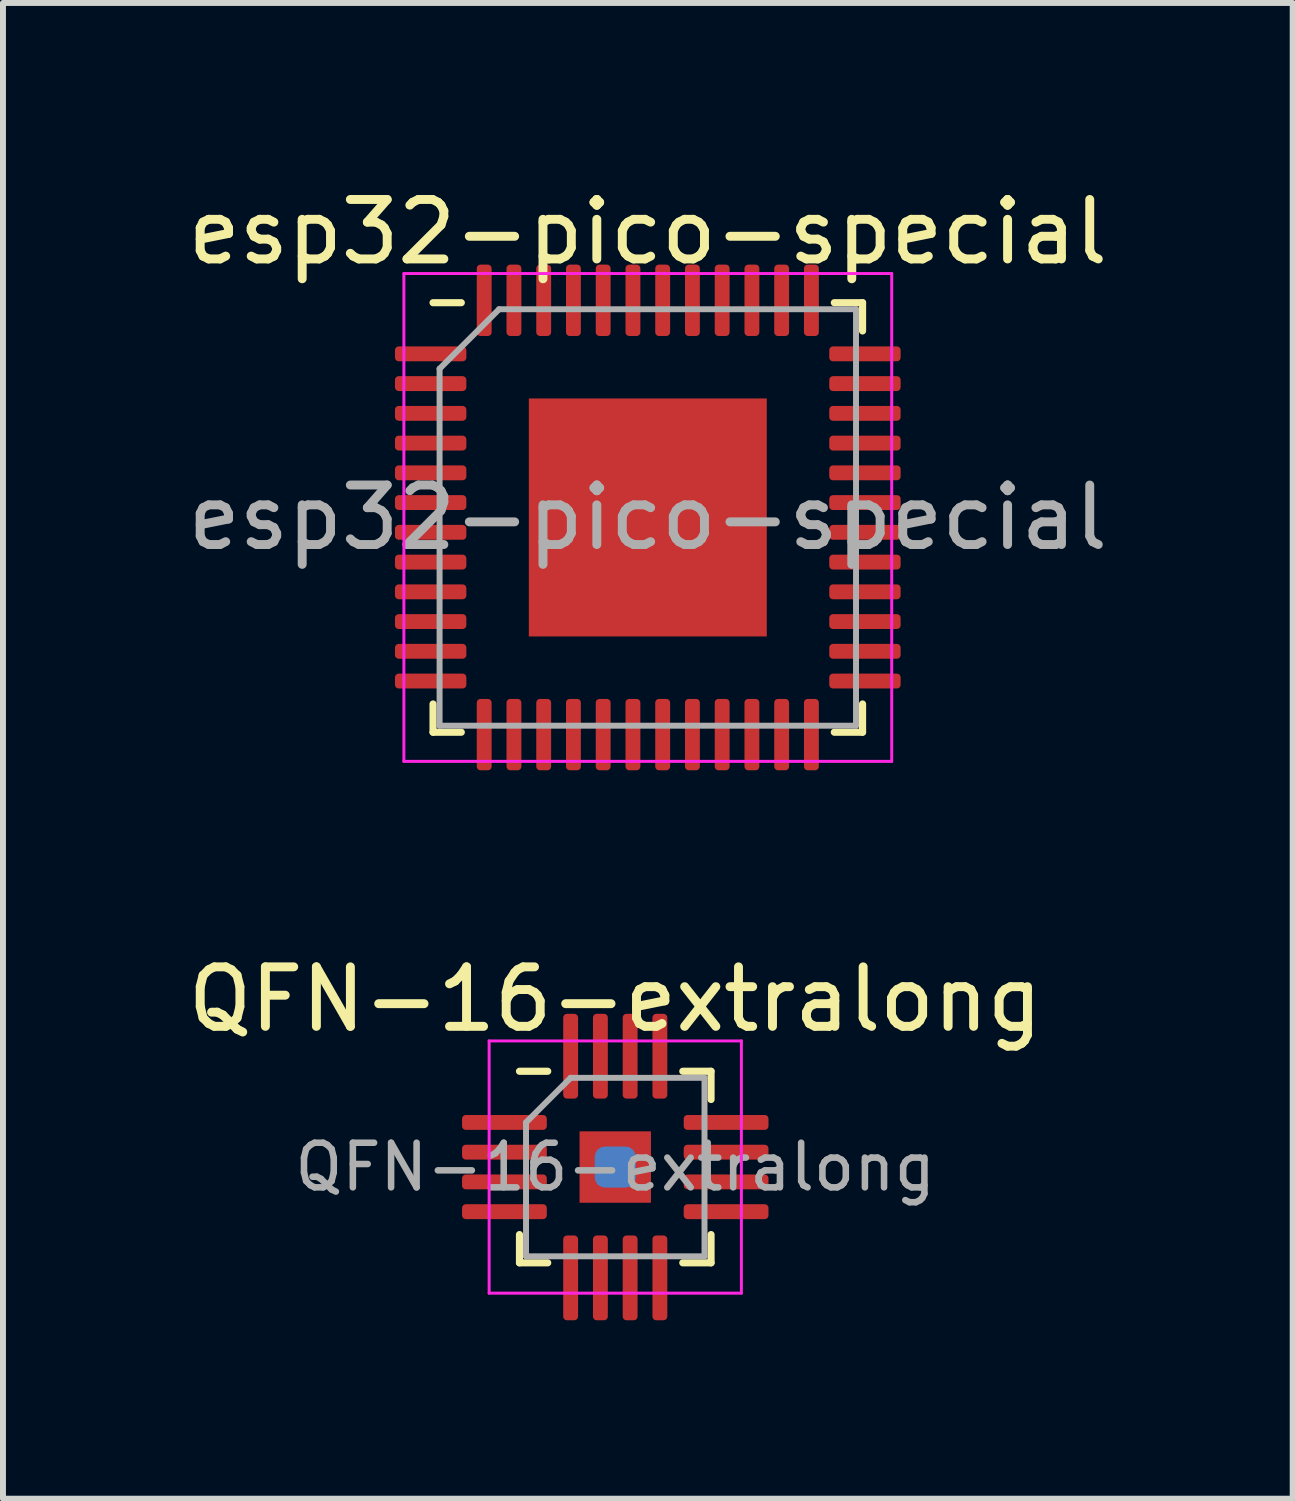
<source format=kicad_pcb>
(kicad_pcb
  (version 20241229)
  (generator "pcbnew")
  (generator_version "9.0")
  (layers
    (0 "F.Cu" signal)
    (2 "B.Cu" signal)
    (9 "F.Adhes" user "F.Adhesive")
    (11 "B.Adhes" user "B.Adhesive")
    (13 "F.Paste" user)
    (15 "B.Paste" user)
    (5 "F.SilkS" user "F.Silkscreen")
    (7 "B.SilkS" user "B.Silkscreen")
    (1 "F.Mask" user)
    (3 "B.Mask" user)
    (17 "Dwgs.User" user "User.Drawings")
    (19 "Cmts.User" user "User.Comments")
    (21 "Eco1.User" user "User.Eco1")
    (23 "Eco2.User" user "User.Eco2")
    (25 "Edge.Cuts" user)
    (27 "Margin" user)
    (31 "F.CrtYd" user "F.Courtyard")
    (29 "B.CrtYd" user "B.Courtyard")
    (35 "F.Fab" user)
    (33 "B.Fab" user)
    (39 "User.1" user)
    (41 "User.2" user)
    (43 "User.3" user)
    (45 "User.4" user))
  (footprint "esp32-pico-special"
    (layer "F.Cu")
    (at 7.839 5.648)
    (property "Reference" "esp32-pico-special" (at 0 -4.8 0) (layer "F.SilkS") (effects (font (size 1 1) (thickness 0.15))))
    (attr smd)
    (fp_line (start -3.61 3.61) (end -3.61 3.135) (stroke (width 0.12) (type solid)) (layer "F.SilkS"))
    (fp_line (start -3.135 -3.61) (end -3.61 -3.61) (stroke (width 0.12) (type solid)) (layer "F.SilkS"))
    (fp_line (start -3.135 3.61) (end -3.61 3.61) (stroke (width 0.12) (type solid)) (layer "F.SilkS"))
    (fp_line (start 3.135 -3.61) (end 3.61 -3.61) (stroke (width 0.12) (type solid)) (layer "F.SilkS"))
    (fp_line (start 3.135 3.61) (end 3.61 3.61) (stroke (width 0.12) (type solid)) (layer "F.SilkS"))
    (fp_line (start 3.61 -3.61) (end 3.61 -3.135) (stroke (width 0.12) (type solid)) (layer "F.SilkS"))
    (fp_line (start 3.61 3.61) (end 3.61 3.135) (stroke (width 0.12) (type solid)) (layer "F.SilkS"))
    (fp_line (start -4.1 -4.1) (end -4.1 4.1) (stroke (width 0.05) (type solid)) (layer "F.CrtYd"))
    (fp_line (start -4.1 4.1) (end 4.1 4.1) (stroke (width 0.05) (type solid)) (layer "F.CrtYd"))
    (fp_line (start 4.1 -4.1) (end -4.1 -4.1) (stroke (width 0.05) (type solid)) (layer "F.CrtYd"))
    (fp_line (start 4.1 4.1) (end 4.1 -4.1) (stroke (width 0.05) (type solid)) (layer "F.CrtYd"))
    (fp_line (start -3.5 -2.5) (end -2.5 -3.5) (stroke (width 0.1) (type solid)) (layer "F.Fab"))
    (fp_line (start -3.5 3.5) (end -3.5 -2.5) (stroke (width 0.1) (type solid)) (layer "F.Fab"))
    (fp_line (start -2.5 -3.5) (end 3.5 -3.5) (stroke (width 0.1) (type solid)) (layer "F.Fab"))
    (fp_line (start 3.5 -3.5) (end 3.5 3.5) (stroke (width 0.1) (type solid)) (layer "F.Fab"))
    (fp_line (start 3.5 3.5) (end -3.5 3.5) (stroke (width 0.1) (type solid)) (layer "F.Fab"))
    (fp_text user "${REFERENCE}" (at 0 0 0) (layer "F.Fab") (effects (font (size 1 1) (thickness 0.15))))
    (pad "" smd roundrect (at -0.66 -0.66) (size 1.07 1.07) (layers "F.Paste") (roundrect_rratio 0.234))
    (pad "" smd roundrect (at -0.66 0.66) (size 1.07 1.07) (layers "F.Paste") (roundrect_rratio 0.234))
    (pad "" smd roundrect (at 0.66 -0.66) (size 1.07 1.07) (layers "F.Paste") (roundrect_rratio 0.234))
    (pad "" smd roundrect (at 0.66 0.66) (size 1.07 1.07) (layers "F.Paste") (roundrect_rratio 0.234))
    (pad "1" smd roundrect (at -3.65 -2.75) (size 1.2 0.25) (layers "F.Cu" "F.Mask" "F.Paste") (roundrect_rratio 0.25))
    (pad "2" smd roundrect (at -3.65 -2.25) (size 1.2 0.25) (layers "F.Cu" "F.Mask" "F.Paste") (roundrect_rratio 0.25))
    (pad "3" smd roundrect (at -3.65 -1.75) (size 1.2 0.25) (layers "F.Cu" "F.Mask" "F.Paste") (roundrect_rratio 0.25))
    (pad "4" smd roundrect (at -3.65 -1.25) (size 1.2 0.25) (layers "F.Cu" "F.Mask" "F.Paste") (roundrect_rratio 0.25))
    (pad "5" smd roundrect (at -3.65 -0.75) (size 1.2 0.25) (layers "F.Cu" "F.Mask" "F.Paste") (roundrect_rratio 0.25))
    (pad "6" smd roundrect (at -3.65 -0.25) (size 1.2 0.25) (layers "F.Cu" "F.Mask" "F.Paste") (roundrect_rratio 0.25))
    (pad "7" smd roundrect (at -3.65 0.25) (size 1.2 0.25) (layers "F.Cu" "F.Mask" "F.Paste") (roundrect_rratio 0.25))
    (pad "8" smd roundrect (at -3.65 0.75) (size 1.2 0.25) (layers "F.Cu" "F.Mask" "F.Paste") (roundrect_rratio 0.25))
    (pad "9" smd roundrect (at -3.65 1.25) (size 1.2 0.25) (layers "F.Cu" "F.Mask" "F.Paste") (roundrect_rratio 0.25))
    (pad "10" smd roundrect (at -3.65 1.75) (size 1.2 0.25) (layers "F.Cu" "F.Mask" "F.Paste") (roundrect_rratio 0.25))
    (pad "11" smd roundrect (at -3.65 2.25) (size 1.2 0.25) (layers "F.Cu" "F.Mask" "F.Paste") (roundrect_rratio 0.25))
    (pad "12" smd roundrect (at -3.65 2.75) (size 1.2 0.25) (layers "F.Cu" "F.Mask" "F.Paste") (roundrect_rratio 0.25))
    (pad "13" smd roundrect (at -2.75 3.65) (size 0.25 1.2) (layers "F.Cu" "F.Mask" "F.Paste") (roundrect_rratio 0.25))
    (pad "14" smd roundrect (at -2.25 3.65) (size 0.25 1.2) (layers "F.Cu" "F.Mask" "F.Paste") (roundrect_rratio 0.25))
    (pad "15" smd roundrect (at -1.75 3.65) (size 0.25 1.2) (layers "F.Cu" "F.Mask" "F.Paste") (roundrect_rratio 0.25))
    (pad "16" smd roundrect (at -1.25 3.65) (size 0.25 1.2) (layers "F.Cu" "F.Mask" "F.Paste") (roundrect_rratio 0.25))
    (pad "17" smd roundrect (at -0.75 3.65) (size 0.25 1.2) (layers "F.Cu" "F.Mask" "F.Paste") (roundrect_rratio 0.25))
    (pad "18" smd roundrect (at -0.25 3.65) (size 0.25 1.2) (layers "F.Cu" "F.Mask" "F.Paste") (roundrect_rratio 0.25))
    (pad "19" smd roundrect (at 0.25 3.65) (size 0.25 1.2) (layers "F.Cu" "F.Mask" "F.Paste") (roundrect_rratio 0.25))
    (pad "20" smd roundrect (at 0.75 3.65) (size 0.25 1.2) (layers "F.Cu" "F.Mask" "F.Paste") (roundrect_rratio 0.25))
    (pad "21" smd roundrect (at 1.25 3.65) (size 0.25 1.2) (layers "F.Cu" "F.Mask" "F.Paste") (roundrect_rratio 0.25))
    (pad "22" smd roundrect (at 1.75 3.65) (size 0.25 1.2) (layers "F.Cu" "F.Mask" "F.Paste") (roundrect_rratio 0.25))
    (pad "23" smd roundrect (at 2.25 3.65) (size 0.25 1.2) (layers "F.Cu" "F.Mask" "F.Paste") (roundrect_rratio 0.25))
    (pad "24" smd roundrect (at 2.75 3.65) (size 0.25 1.2) (layers "F.Cu" "F.Mask" "F.Paste") (roundrect_rratio 0.25))
    (pad "25" smd roundrect (at 3.65 2.75) (size 1.2 0.25) (layers "F.Cu" "F.Mask" "F.Paste") (roundrect_rratio 0.25))
    (pad "26" smd roundrect (at 3.65 2.25) (size 1.2 0.25) (layers "F.Cu" "F.Mask" "F.Paste") (roundrect_rratio 0.25))
    (pad "27" smd roundrect (at 3.65 1.75) (size 1.2 0.25) (layers "F.Cu" "F.Mask" "F.Paste") (roundrect_rratio 0.25))
    (pad "28" smd roundrect (at 3.65 1.25) (size 1.2 0.25) (layers "F.Cu" "F.Mask" "F.Paste") (roundrect_rratio 0.25))
    (pad "29" smd roundrect (at 3.65 0.75) (size 1.2 0.25) (layers "F.Cu" "F.Mask" "F.Paste") (roundrect_rratio 0.25))
    (pad "30" smd roundrect (at 3.65 0.25) (size 1.2 0.25) (layers "F.Cu" "F.Mask" "F.Paste") (roundrect_rratio 0.25))
    (pad "31" smd roundrect (at 3.65 -0.25) (size 1.2 0.25) (layers "F.Cu" "F.Mask" "F.Paste") (roundrect_rratio 0.25))
    (pad "32" smd roundrect (at 3.65 -0.75) (size 1.2 0.25) (layers "F.Cu" "F.Mask" "F.Paste") (roundrect_rratio 0.25))
    (pad "33" smd roundrect (at 3.65 -1.25) (size 1.2 0.25) (layers "F.Cu" "F.Mask" "F.Paste") (roundrect_rratio 0.25))
    (pad "34" smd roundrect (at 3.65 -1.75) (size 1.2 0.25) (layers "F.Cu" "F.Mask" "F.Paste") (roundrect_rratio 0.25))
    (pad "35" smd roundrect (at 3.65 -2.25) (size 1.2 0.25) (layers "F.Cu" "F.Mask" "F.Paste") (roundrect_rratio 0.25))
    (pad "36" smd roundrect (at 3.65 -2.75) (size 1.2 0.25) (layers "F.Cu" "F.Mask" "F.Paste") (roundrect_rratio 0.25))
    (pad "37" smd roundrect (at 2.75 -3.65) (size 0.25 1.2) (layers "F.Cu" "F.Mask" "F.Paste") (roundrect_rratio 0.25))
    (pad "38" smd roundrect (at 2.25 -3.65) (size 0.25 1.2) (layers "F.Cu" "F.Mask" "F.Paste") (roundrect_rratio 0.25))
    (pad "39" smd roundrect (at 1.75 -3.65) (size 0.25 1.2) (layers "F.Cu" "F.Mask" "F.Paste") (roundrect_rratio 0.25))
    (pad "40" smd roundrect (at 1.25 -3.65) (size 0.25 1.2) (layers "F.Cu" "F.Mask" "F.Paste") (roundrect_rratio 0.25))
    (pad "41" smd roundrect (at 0.75 -3.65) (size 0.25 1.2) (layers "F.Cu" "F.Mask" "F.Paste") (roundrect_rratio 0.25))
    (pad "42" smd roundrect (at 0.25 -3.65) (size 0.25 1.2) (layers "F.Cu" "F.Mask" "F.Paste") (roundrect_rratio 0.25))
    (pad "43" smd roundrect (at -0.25 -3.65) (size 0.25 1.2) (layers "F.Cu" "F.Mask" "F.Paste") (roundrect_rratio 0.25))
    (pad "44" smd roundrect (at -0.75 -3.65) (size 0.25 1.2) (layers "F.Cu" "F.Mask" "F.Paste") (roundrect_rratio 0.25))
    (pad "45" smd roundrect (at -1.25 -3.65) (size 0.25 1.2) (layers "F.Cu" "F.Mask" "F.Paste") (roundrect_rratio 0.25))
    (pad "46" smd roundrect (at -1.75 -3.65) (size 0.25 1.2) (layers "F.Cu" "F.Mask" "F.Paste") (roundrect_rratio 0.25))
    (pad "47" smd roundrect (at -2.25 -3.65) (size 0.25 1.2) (layers "F.Cu" "F.Mask" "F.Paste") (roundrect_rratio 0.25))
    (pad "48" smd roundrect (at -2.75 -3.65) (size 0.25 1.2) (layers "F.Cu" "F.Mask" "F.Paste") (roundrect_rratio 0.25))
    (pad "49" smd rect (at 0 0) (size 4 4) (layers "F.Cu" "F.Mask")))
  (footprint "QFN-16-extralong"
    (layer "F.Cu")
    (at 7.292 16.567)
    (property "Reference" "QFN-16-extralong" (at 0 -2.82 0) (layer "F.SilkS") (effects (font (size 1 1) (thickness 0.15))))
    (attr smd)
    (fp_line (start -1.61 1.61) (end -1.61 1.135) (stroke (width 0.12) (type solid)) (layer "F.SilkS"))
    (fp_line (start -1.135 -1.61) (end -1.61 -1.61) (stroke (width 0.12) (type solid)) (layer "F.SilkS"))
    (fp_line (start -1.135 1.61) (end -1.61 1.61) (stroke (width 0.12) (type solid)) (layer "F.SilkS"))
    (fp_line (start 1.135 -1.61) (end 1.61 -1.61) (stroke (width 0.12) (type solid)) (layer "F.SilkS"))
    (fp_line (start 1.135 1.61) (end 1.61 1.61) (stroke (width 0.12) (type solid)) (layer "F.SilkS"))
    (fp_line (start 1.61 -1.61) (end 1.61 -1.135) (stroke (width 0.12) (type solid)) (layer "F.SilkS"))
    (fp_line (start 1.61 1.61) (end 1.61 1.135) (stroke (width 0.12) (type solid)) (layer "F.SilkS"))
    (fp_line (start -2.12 -2.12) (end -2.12 2.12) (stroke (width 0.05) (type solid)) (layer "F.CrtYd"))
    (fp_line (start -2.12 2.12) (end 2.12 2.12) (stroke (width 0.05) (type solid)) (layer "F.CrtYd"))
    (fp_line (start 2.12 -2.12) (end -2.12 -2.12) (stroke (width 0.05) (type solid)) (layer "F.CrtYd"))
    (fp_line (start 2.12 2.12) (end 2.12 -2.12) (stroke (width 0.05) (type solid)) (layer "F.CrtYd"))
    (fp_line (start -1.5 -0.75) (end -0.75 -1.5) (stroke (width 0.1) (type solid)) (layer "F.Fab"))
    (fp_line (start -1.5 1.5) (end -1.5 -0.75) (stroke (width 0.1) (type solid)) (layer "F.Fab"))
    (fp_line (start -0.75 -1.5) (end 1.5 -1.5) (stroke (width 0.1) (type solid)) (layer "F.Fab"))
    (fp_line (start 1.5 -1.5) (end 1.5 1.5) (stroke (width 0.1) (type solid)) (layer "F.Fab"))
    (fp_line (start 1.5 1.5) (end -1.5 1.5) (stroke (width 0.1) (type solid)) (layer "F.Fab"))
    (fp_text user "${REFERENCE}" (at 0 0 0) (layer "F.Fab") (effects (font (size 0.75 0.75) (thickness 0.11))))
    (pad "" smd roundrect (at 0 0) (size 0.69 0.69) (layers "B.Cu" "F.Paste") (roundrect_rratio 0.25))
    (pad "1" smd roundrect (at -1.863 -0.75) (size 1.425 0.25) (layers "F.Cu" "F.Mask" "F.Paste") (roundrect_rratio 0.25))
    (pad "2" smd roundrect (at -1.863 -0.25) (size 1.425 0.25) (layers "F.Cu" "F.Mask" "F.Paste") (roundrect_rratio 0.25))
    (pad "3" smd roundrect (at -1.863 0.25) (size 1.425 0.25) (layers "F.Cu" "F.Mask" "F.Paste") (roundrect_rratio 0.25))
    (pad "4" smd roundrect (at -1.863 0.75) (size 1.425 0.25) (layers "F.Cu" "F.Mask" "F.Paste") (roundrect_rratio 0.25))
    (pad "5" smd roundrect (at -0.75 1.863) (size 0.25 1.425) (layers "F.Cu" "F.Mask" "F.Paste") (roundrect_rratio 0.25))
    (pad "6" smd roundrect (at -0.25 1.863) (size 0.25 1.425) (layers "F.Cu" "F.Mask" "F.Paste") (roundrect_rratio 0.25))
    (pad "7" smd roundrect (at 0.25 1.863) (size 0.25 1.425) (layers "F.Cu" "F.Mask" "F.Paste") (roundrect_rratio 0.25))
    (pad "8" smd roundrect (at 0.75 1.863) (size 0.25 1.425) (layers "F.Cu" "F.Mask" "F.Paste") (roundrect_rratio 0.25))
    (pad "9" smd roundrect (at 1.863 0.75) (size 1.425 0.25) (layers "F.Cu" "F.Mask" "F.Paste") (roundrect_rratio 0.25))
    (pad "10" smd roundrect (at 1.863 0.25) (size 1.425 0.25) (layers "F.Cu" "F.Mask" "F.Paste") (roundrect_rratio 0.25))
    (pad "11" smd roundrect (at 1.863 -0.25) (size 1.425 0.25) (layers "F.Cu" "F.Mask" "F.Paste") (roundrect_rratio 0.25))
    (pad "12" smd roundrect (at 1.863 -0.75) (size 1.425 0.25) (layers "F.Cu" "F.Mask" "F.Paste") (roundrect_rratio 0.25))
    (pad "13" smd roundrect (at 0.75 -1.863) (size 0.25 1.425) (layers "F.Cu" "F.Mask" "F.Paste") (roundrect_rratio 0.25))
    (pad "14" smd roundrect (at 0.25 -1.863) (size 0.25 1.425) (layers "F.Cu" "F.Mask" "F.Paste") (roundrect_rratio 0.25))
    (pad "15" smd roundrect (at -0.25 -1.863) (size 0.25 1.425) (layers "F.Cu" "F.Mask" "F.Paste") (roundrect_rratio 0.25))
    (pad "16" smd roundrect (at -0.75 -1.863) (size 0.25 1.425) (layers "F.Cu" "F.Mask" "F.Paste") (roundrect_rratio 0.25))
    (pad "17" smd rect (at 0 0) (size 1.2 1.2) (layers "F.Cu" "F.Mask")))
  (gr_rect
    (start -3 -3)
    (end 18.679 22.142)
    (stroke (width 0.1) (type default))
    (fill no)
    (layer "Edge.Cuts")))
</source>
